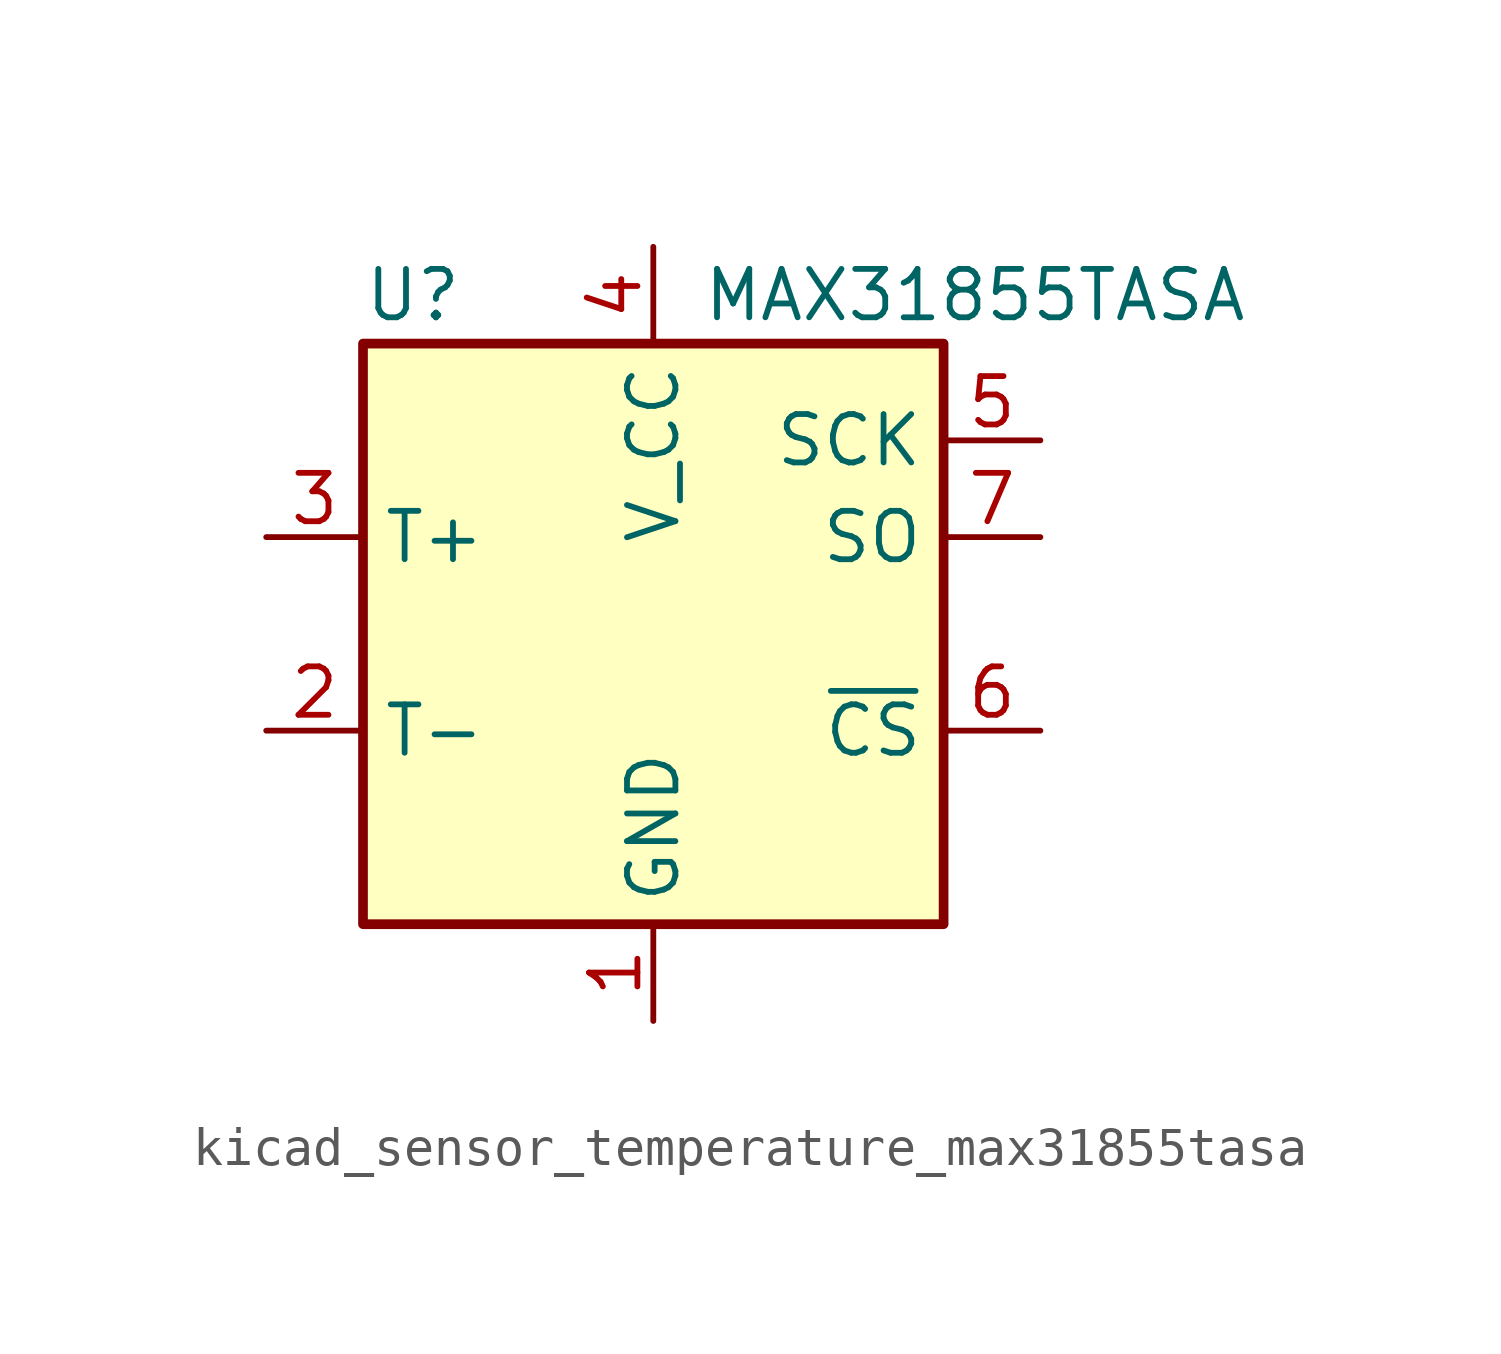
<source format=kicad_sym>
(kicad_symbol_lib
  (version 20220914)
  (generator kicad_symbol_editor)
  (symbol "kicad_sensor_temperature_max31855tasa"
    (property "Reference" "U"
      (at -7.62 8.89 0)
      (effects (font (size 1.27 1.27)) (justify left)))
    (property "Value" "MAX31855TASA"
      (at 1.27 8.89 0)
      (effects (font (size 1.27 1.27)) (justify left)))
    (symbol "kicad_sensor_temperature_max31855tasa_0_1"
      (rectangle (start -7.62 7.62) (end 7.62 -7.62) (stroke (width 0.254) (type default)) (fill (type background))))
    (symbol "kicad_sensor_temperature_max31855tasa_1_1"
      (pin power_in line (at 0 -10.16 90) (length 2.54) (name "GND" (effects (font (size 1.27 1.27)))) (number "1" (effects (font (size 1.27 1.27)))))
      (pin passive line (at -10.16 -2.54 0) (length 2.54) (name "T-" (effects (font (size 1.27 1.27)))) (number "2" (effects (font (size 1.27 1.27)))))
      (pin passive line (at -10.16 2.54 0) (length 2.54) (name "T+" (effects (font (size 1.27 1.27)))) (number "3" (effects (font (size 1.27 1.27)))))
      (pin power_in line (at 0 10.16 270) (length 2.54) (name "V_CC" (effects (font (size 1.27 1.27)))) (number "4" (effects (font (size 1.27 1.27)))))
      (pin input line (at 10.16 5.08 180) (length 2.54) (name "SCK" (effects (font (size 1.27 1.27)))) (number "5" (effects (font (size 1.27 1.27)))))
      (pin input line (at 10.16 -2.54 180) (length 2.54) (name "~{CS}" (effects (font (size 1.27 1.27)))) (number "6" (effects (font (size 1.27 1.27)))))
      (pin tri_state line (at 10.16 2.54 180) (length 2.54) (name "SO" (effects (font (size 1.27 1.27)))) (number "7" (effects (font (size 1.27 1.27))))))))
</source>
